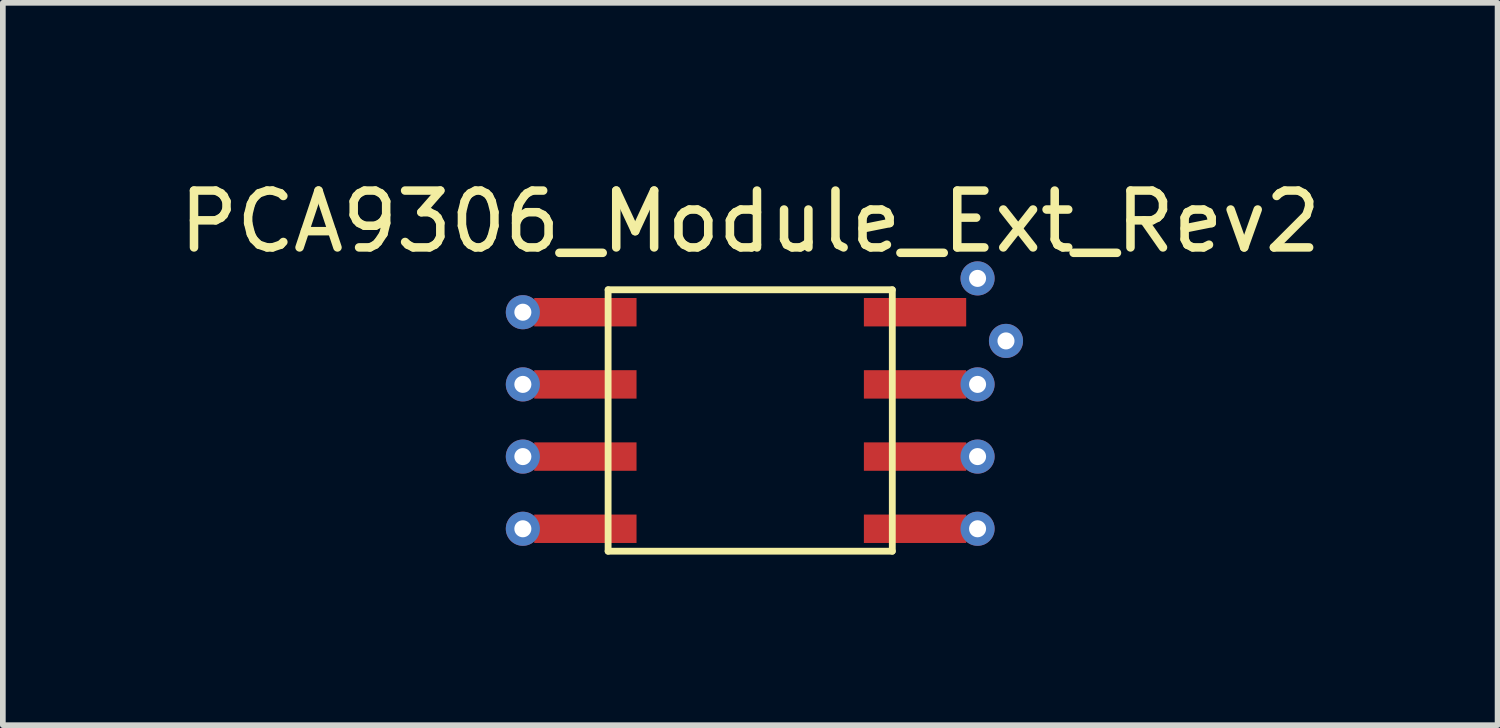
<source format=kicad_pcb>
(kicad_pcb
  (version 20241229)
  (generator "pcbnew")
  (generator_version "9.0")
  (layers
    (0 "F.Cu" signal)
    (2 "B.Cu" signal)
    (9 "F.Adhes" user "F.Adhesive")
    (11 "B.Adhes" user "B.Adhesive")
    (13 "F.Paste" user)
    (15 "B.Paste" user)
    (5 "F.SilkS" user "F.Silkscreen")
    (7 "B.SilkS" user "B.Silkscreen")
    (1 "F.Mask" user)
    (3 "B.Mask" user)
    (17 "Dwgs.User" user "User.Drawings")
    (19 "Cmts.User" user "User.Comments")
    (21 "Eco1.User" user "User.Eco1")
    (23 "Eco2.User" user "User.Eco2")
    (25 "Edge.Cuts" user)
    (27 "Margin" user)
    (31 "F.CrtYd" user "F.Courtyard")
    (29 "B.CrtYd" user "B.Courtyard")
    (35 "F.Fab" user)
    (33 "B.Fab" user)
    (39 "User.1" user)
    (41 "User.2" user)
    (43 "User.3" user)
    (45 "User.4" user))
  (footprint "PCA9306_Module_Ext_Rev2"
    (layer "F.Cu")
    (at 10.149 4.348)
    (property "Reference" "PCA9306_Module_Ext_Rev2" (at 0 -3.5 0) (layer "F.SilkS") (effects (font (size 1 1) (thickness 0.15))))
    (attr smd)
    (fp_line (start -2.5 -2.3) (end 2.5 -2.3) (stroke (width 0.12) (type solid)) (layer "F.SilkS"))
    (fp_line (start -2.5 2.3) (end -2.5 -2.3) (stroke (width 0.12) (type solid)) (layer "F.SilkS"))
    (fp_line (start 2.5 -2.3) (end 2.5 2.3) (stroke (width 0.12) (type solid)) (layer "F.SilkS"))
    (fp_line (start 2.5 2.3) (end -2.5 2.3) (stroke (width 0.12) (type solid)) (layer "F.SilkS"))
    (pad "1" smd rect (at -2.9 -1.905) (size 1.8 0.5) (layers "F.Cu" "F.Mask" "F.Paste"))
    (pad "2" smd rect (at -2.9 -0.635) (size 1.8 0.5) (layers "F.Cu" "F.Mask" "F.Paste"))
    (pad "3" smd rect (at -2.9 0.635) (size 1.8 0.5) (layers "F.Cu" "F.Mask" "F.Paste"))
    (pad "4" smd rect (at -2.9 1.905) (size 1.8 0.5) (layers "F.Cu" "F.Mask" "F.Paste"))
    (pad "5" smd rect (at 2.9 1.905) (size 1.8 0.5) (layers "F.Cu" "F.Mask" "F.Paste"))
    (pad "6" smd rect (at 2.9 0.635) (size 1.8 0.5) (layers "F.Cu" "F.Mask" "F.Paste"))
    (pad "7" smd rect (at 2.9 -0.635) (size 1.8 0.5) (layers "F.Cu" "F.Mask" "F.Paste"))
    (pad "8" smd rect (at 2.9 -1.905) (size 1.8 0.5) (layers "F.Cu" "F.Mask" "F.Paste"))
    (pad "9" thru_hole circle (at -4 -1.905) (size 0.6 0.6) (drill 0.3) (layers "*.Cu" "*.Mask"))
    (pad "10" thru_hole circle (at -4 -0.635) (size 0.6 0.6) (drill 0.3) (layers "*.Cu" "*.Mask"))
    (pad "11" thru_hole circle (at -4 0.635) (size 0.6 0.6) (drill 0.3) (layers "*.Cu" "*.Mask"))
    (pad "12" thru_hole circle (at -4 1.905) (size 0.6 0.6) (drill 0.3) (layers "*.Cu" "*.Mask"))
    (pad "13" thru_hole circle (at 4 1.905) (size 0.6 0.6) (drill 0.3) (layers "*.Cu" "*.Mask"))
    (pad "14" thru_hole circle (at 4 0.635) (size 0.6 0.6) (drill 0.3) (layers "*.Cu" "*.Mask"))
    (pad "15" thru_hole circle (at 4 -0.635) (size 0.6 0.6) (drill 0.3) (layers "*.Cu" "*.Mask"))
    (pad "16" thru_hole circle (at 4 -2.5) (size 0.6 0.6) (drill 0.3) (layers "*.Cu" "*.Mask"))
    (pad "17" thru_hole circle (at 4.5 -1.4) (size 0.6 0.6) (drill 0.3) (layers "*.Cu" "*.Mask")))
  (gr_rect
    (start -3 -3)
    (end 23.298 9.708)
    (stroke (width 0.1) (type default))
    (fill no)
    (layer "Edge.Cuts")))
</source>
